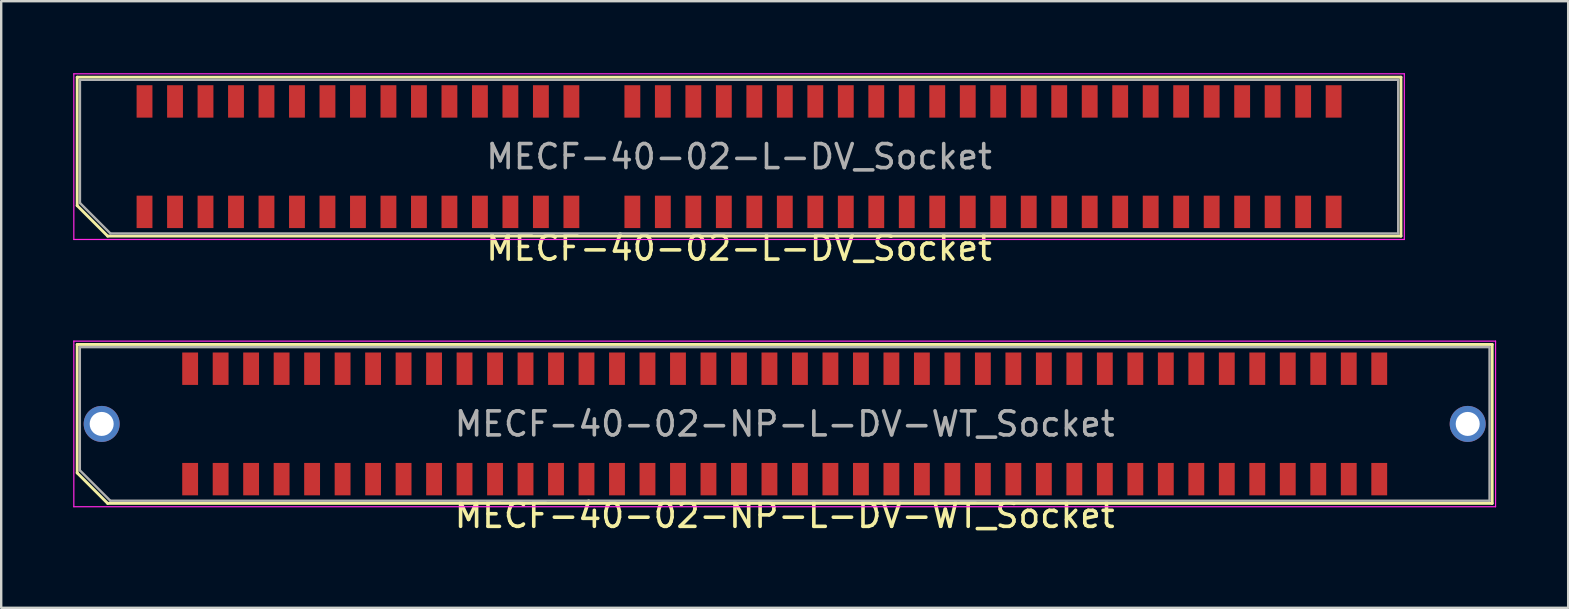
<source format=kicad_pcb>
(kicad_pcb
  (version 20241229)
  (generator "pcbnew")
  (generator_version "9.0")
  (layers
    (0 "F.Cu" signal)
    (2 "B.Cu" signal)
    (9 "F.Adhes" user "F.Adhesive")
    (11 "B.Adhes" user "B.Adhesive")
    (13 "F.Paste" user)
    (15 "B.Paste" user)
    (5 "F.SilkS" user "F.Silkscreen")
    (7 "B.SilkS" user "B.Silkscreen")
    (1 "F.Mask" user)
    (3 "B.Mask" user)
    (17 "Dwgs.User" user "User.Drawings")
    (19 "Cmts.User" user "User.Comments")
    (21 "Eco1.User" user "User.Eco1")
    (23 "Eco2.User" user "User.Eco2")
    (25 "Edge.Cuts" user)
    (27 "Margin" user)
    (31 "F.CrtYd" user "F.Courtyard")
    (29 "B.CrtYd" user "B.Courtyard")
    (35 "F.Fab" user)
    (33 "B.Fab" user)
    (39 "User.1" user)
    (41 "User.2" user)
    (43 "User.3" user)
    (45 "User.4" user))
  (footprint "MECF-40-02-NP-L-DV-WT_Socket"
    (layer "F.Cu")
    (at 29.635 14.608)
    (property "Reference" "MECF-40-02-NP-L-DV-WT_Socket" (at 0 3.81 0) (layer "F.SilkS") (effects (font (size 1 1) (thickness 0.15))))
    (attr smd)
    (fp_line (start -29.47 -3.31) (end 29.47 -3.31) (stroke (width 0.12) (type solid)) (layer "F.SilkS"))
    (fp_line (start -29.47 2.04) (end -29.47 -3.31) (stroke (width 0.12) (type solid)) (layer "F.SilkS"))
    (fp_line (start -28.2 3.31) (end -29.47 2.04) (stroke (width 0.12) (type solid)) (layer "F.SilkS"))
    (fp_line (start -28.2 3.31) (end 29.47 3.31) (stroke (width 0.12) (type solid)) (layer "F.SilkS"))
    (fp_line (start 29.47 3.31) (end 29.47 -3.31) (stroke (width 0.12) (type solid)) (layer "F.SilkS"))
    (fp_line (start -29.61 -3.45) (end -29.61 3.45) (stroke (width 0.05) (type solid)) (layer "F.CrtYd"))
    (fp_line (start -29.61 3.45) (end 29.61 3.45) (stroke (width 0.05) (type solid)) (layer "F.CrtYd"))
    (fp_line (start 29.61 -3.45) (end -29.61 -3.45) (stroke (width 0.05) (type solid)) (layer "F.CrtYd"))
    (fp_line (start 29.61 3.45) (end 29.61 -3.45) (stroke (width 0.05) (type solid)) (layer "F.CrtYd"))
    (fp_line (start -29.36 -3.2) (end 29.36 -3.2) (stroke (width 0.1) (type solid)) (layer "F.Fab"))
    (fp_line (start -29.36 1.93) (end -29.36 -3.2) (stroke (width 0.1) (type solid)) (layer "F.Fab"))
    (fp_line (start -29.36 1.93) (end -28.09 3.2) (stroke (width 0.1) (type solid)) (layer "F.Fab"))
    (fp_line (start -28.09 3.2) (end 29.36 3.2) (stroke (width 0.1) (type solid)) (layer "F.Fab"))
    (fp_line (start 29.36 3.2) (end 29.36 -3.2) (stroke (width 0.1) (type solid)) (layer "F.Fab"))
    (fp_text user "${REFERENCE}" (at 0 0 0) (layer "F.Fab") (effects (font (size 1 1) (thickness 0.15))))
    (pad "" thru_hole circle (at -28.45 0) (size 1.5 1.5) (drill 1) (layers "*.Cu" "*.Mask"))
    (pad "" np_thru_hole circle (at -26.545 0) (size 0.001 0.001) (drill 1.45) (layers "*.Cu" "*.Mask"))
    (pad "" np_thru_hole circle (at 26.545 1) (size 0.001 0.001) (drill 1.45) (layers "*.Cu" "*.Mask"))
    (pad "" thru_hole circle (at 28.45 0) (size 1.5 1.5) (drill 1) (layers "*.Cu" "*.Mask"))
    (pad "1" smd rect (at -24.765 2.3) (size 0.66 1.35) (layers "F.Cu" "F.Mask" "F.Paste"))
    (pad "2" smd rect (at -24.765 -2.3) (size 0.66 1.35) (layers "F.Cu" "F.Mask" "F.Paste"))
    (pad "3" smd rect (at -23.495 2.3) (size 0.66 1.35) (layers "F.Cu" "F.Mask" "F.Paste"))
    (pad "4" smd rect (at -23.495 -2.3) (size 0.66 1.35) (layers "F.Cu" "F.Mask" "F.Paste"))
    (pad "5" smd rect (at -22.225 2.3) (size 0.66 1.35) (layers "F.Cu" "F.Mask" "F.Paste"))
    (pad "6" smd rect (at -22.225 -2.3) (size 0.66 1.35) (layers "F.Cu" "F.Mask" "F.Paste"))
    (pad "7" smd rect (at -20.955 2.3) (size 0.66 1.35) (layers "F.Cu" "F.Mask" "F.Paste"))
    (pad "8" smd rect (at -20.955 -2.3) (size 0.66 1.35) (layers "F.Cu" "F.Mask" "F.Paste"))
    (pad "9" smd rect (at -19.685 2.3) (size 0.66 1.35) (layers "F.Cu" "F.Mask" "F.Paste"))
    (pad "10" smd rect (at -19.685 -2.3) (size 0.66 1.35) (layers "F.Cu" "F.Mask" "F.Paste"))
    (pad "11" smd rect (at -18.415 2.3) (size 0.66 1.35) (layers "F.Cu" "F.Mask" "F.Paste"))
    (pad "12" smd rect (at -18.415 -2.3) (size 0.66 1.35) (layers "F.Cu" "F.Mask" "F.Paste"))
    (pad "13" smd rect (at -17.145 2.3) (size 0.66 1.35) (layers "F.Cu" "F.Mask" "F.Paste"))
    (pad "14" smd rect (at -17.145 -2.3) (size 0.66 1.35) (layers "F.Cu" "F.Mask" "F.Paste"))
    (pad "15" smd rect (at -15.875 2.3) (size 0.66 1.35) (layers "F.Cu" "F.Mask" "F.Paste"))
    (pad "16" smd rect (at -15.875 -2.3) (size 0.66 1.35) (layers "F.Cu" "F.Mask" "F.Paste"))
    (pad "17" smd rect (at -14.605 2.3) (size 0.66 1.35) (layers "F.Cu" "F.Mask" "F.Paste"))
    (pad "18" smd rect (at -14.605 -2.3) (size 0.66 1.35) (layers "F.Cu" "F.Mask" "F.Paste"))
    (pad "19" smd rect (at -13.335 2.3) (size 0.66 1.35) (layers "F.Cu" "F.Mask" "F.Paste"))
    (pad "20" smd rect (at -13.335 -2.3) (size 0.66 1.35) (layers "F.Cu" "F.Mask" "F.Paste"))
    (pad "21" smd rect (at -12.065 2.3) (size 0.66 1.35) (layers "F.Cu" "F.Mask" "F.Paste"))
    (pad "22" smd rect (at -12.065 -2.3) (size 0.66 1.35) (layers "F.Cu" "F.Mask" "F.Paste"))
    (pad "23" smd rect (at -10.795 2.3) (size 0.66 1.35) (layers "F.Cu" "F.Mask" "F.Paste"))
    (pad "24" smd rect (at -10.795 -2.3) (size 0.66 1.35) (layers "F.Cu" "F.Mask" "F.Paste"))
    (pad "25" smd rect (at -9.525 2.3) (size 0.66 1.35) (layers "F.Cu" "F.Mask" "F.Paste"))
    (pad "26" smd rect (at -9.525 -2.3) (size 0.66 1.35) (layers "F.Cu" "F.Mask" "F.Paste"))
    (pad "27" smd rect (at -8.255 2.3) (size 0.66 1.35) (layers "F.Cu" "F.Mask" "F.Paste"))
    (pad "28" smd rect (at -8.255 -2.3) (size 0.66 1.35) (layers "F.Cu" "F.Mask" "F.Paste"))
    (pad "29" smd rect (at -6.985 2.3) (size 0.66 1.35) (layers "F.Cu" "F.Mask" "F.Paste"))
    (pad "30" smd rect (at -6.985 -2.3) (size 0.66 1.35) (layers "F.Cu" "F.Mask" "F.Paste"))
    (pad "31" smd rect (at -5.715 2.3) (size 0.66 1.35) (layers "F.Cu" "F.Mask" "F.Paste"))
    (pad "32" smd rect (at -5.715 -2.3) (size 0.66 1.35) (layers "F.Cu" "F.Mask" "F.Paste"))
    (pad "33" smd rect (at -4.445 2.3) (size 0.66 1.35) (layers "F.Cu" "F.Mask" "F.Paste"))
    (pad "34" smd rect (at -4.445 -2.3) (size 0.66 1.35) (layers "F.Cu" "F.Mask" "F.Paste"))
    (pad "35" smd rect (at -3.175 2.3) (size 0.66 1.35) (layers "F.Cu" "F.Mask" "F.Paste"))
    (pad "36" smd rect (at -3.175 -2.3) (size 0.66 1.35) (layers "F.Cu" "F.Mask" "F.Paste"))
    (pad "37" smd rect (at -1.905 2.3) (size 0.66 1.35) (layers "F.Cu" "F.Mask" "F.Paste"))
    (pad "38" smd rect (at -1.905 -2.3) (size 0.66 1.35) (layers "F.Cu" "F.Mask" "F.Paste"))
    (pad "39" smd rect (at -0.635 2.3) (size 0.66 1.35) (layers "F.Cu" "F.Mask" "F.Paste"))
    (pad "40" smd rect (at -0.635 -2.3) (size 0.66 1.35) (layers "F.Cu" "F.Mask" "F.Paste"))
    (pad "41" smd rect (at 0.635 2.3) (size 0.66 1.35) (layers "F.Cu" "F.Mask" "F.Paste"))
    (pad "42" smd rect (at 0.635 -2.3) (size 0.66 1.35) (layers "F.Cu" "F.Mask" "F.Paste"))
    (pad "43" smd rect (at 1.905 2.3) (size 0.66 1.35) (layers "F.Cu" "F.Mask" "F.Paste"))
    (pad "44" smd rect (at 1.905 -2.3) (size 0.66 1.35) (layers "F.Cu" "F.Mask" "F.Paste"))
    (pad "45" smd rect (at 3.175 2.3) (size 0.66 1.35) (layers "F.Cu" "F.Mask" "F.Paste"))
    (pad "46" smd rect (at 3.175 -2.3) (size 0.66 1.35) (layers "F.Cu" "F.Mask" "F.Paste"))
    (pad "47" smd rect (at 4.445 2.3) (size 0.66 1.35) (layers "F.Cu" "F.Mask" "F.Paste"))
    (pad "48" smd rect (at 4.445 -2.3) (size 0.66 1.35) (layers "F.Cu" "F.Mask" "F.Paste"))
    (pad "49" smd rect (at 5.715 2.3) (size 0.66 1.35) (layers "F.Cu" "F.Mask" "F.Paste"))
    (pad "50" smd rect (at 5.715 -2.3) (size 0.66 1.35) (layers "F.Cu" "F.Mask" "F.Paste"))
    (pad "51" smd rect (at 6.985 2.3) (size 0.66 1.35) (layers "F.Cu" "F.Mask" "F.Paste"))
    (pad "52" smd rect (at 6.985 -2.3) (size 0.66 1.35) (layers "F.Cu" "F.Mask" "F.Paste"))
    (pad "53" smd rect (at 8.255 2.3) (size 0.66 1.35) (layers "F.Cu" "F.Mask" "F.Paste"))
    (pad "54" smd rect (at 8.255 -2.3) (size 0.66 1.35) (layers "F.Cu" "F.Mask" "F.Paste"))
    (pad "55" smd rect (at 9.525 2.3) (size 0.66 1.35) (layers "F.Cu" "F.Mask" "F.Paste"))
    (pad "56" smd rect (at 9.525 -2.3) (size 0.66 1.35) (layers "F.Cu" "F.Mask" "F.Paste"))
    (pad "57" smd rect (at 10.795 2.3) (size 0.66 1.35) (layers "F.Cu" "F.Mask" "F.Paste"))
    (pad "58" smd rect (at 10.795 -2.3) (size 0.66 1.35) (layers "F.Cu" "F.Mask" "F.Paste"))
    (pad "59" smd rect (at 12.065 2.3) (size 0.66 1.35) (layers "F.Cu" "F.Mask" "F.Paste"))
    (pad "60" smd rect (at 12.065 -2.3) (size 0.66 1.35) (layers "F.Cu" "F.Mask" "F.Paste"))
    (pad "61" smd rect (at 13.335 2.3) (size 0.66 1.35) (layers "F.Cu" "F.Mask" "F.Paste"))
    (pad "62" smd rect (at 13.335 -2.3) (size 0.66 1.35) (layers "F.Cu" "F.Mask" "F.Paste"))
    (pad "63" smd rect (at 14.605 2.3) (size 0.66 1.35) (layers "F.Cu" "F.Mask" "F.Paste"))
    (pad "64" smd rect (at 14.605 -2.3) (size 0.66 1.35) (layers "F.Cu" "F.Mask" "F.Paste"))
    (pad "65" smd rect (at 15.875 2.3) (size 0.66 1.35) (layers "F.Cu" "F.Mask" "F.Paste"))
    (pad "66" smd rect (at 15.875 -2.3) (size 0.66 1.35) (layers "F.Cu" "F.Mask" "F.Paste"))
    (pad "67" smd rect (at 17.145 2.3) (size 0.66 1.35) (layers "F.Cu" "F.Mask" "F.Paste"))
    (pad "68" smd rect (at 17.145 -2.3) (size 0.66 1.35) (layers "F.Cu" "F.Mask" "F.Paste"))
    (pad "69" smd rect (at 18.415 2.3) (size 0.66 1.35) (layers "F.Cu" "F.Mask" "F.Paste"))
    (pad "70" smd rect (at 18.415 -2.3) (size 0.66 1.35) (layers "F.Cu" "F.Mask" "F.Paste"))
    (pad "71" smd rect (at 19.685 2.3) (size 0.66 1.35) (layers "F.Cu" "F.Mask" "F.Paste"))
    (pad "72" smd rect (at 19.685 -2.3) (size 0.66 1.35) (layers "F.Cu" "F.Mask" "F.Paste"))
    (pad "73" smd rect (at 20.955 2.3) (size 0.66 1.35) (layers "F.Cu" "F.Mask" "F.Paste"))
    (pad "74" smd rect (at 20.955 -2.3) (size 0.66 1.35) (layers "F.Cu" "F.Mask" "F.Paste"))
    (pad "75" smd rect (at 22.225 2.3) (size 0.66 1.35) (layers "F.Cu" "F.Mask" "F.Paste"))
    (pad "76" smd rect (at 22.225 -2.3) (size 0.66 1.35) (layers "F.Cu" "F.Mask" "F.Paste"))
    (pad "77" smd rect (at 23.495 2.3) (size 0.66 1.35) (layers "F.Cu" "F.Mask" "F.Paste"))
    (pad "78" smd rect (at 23.495 -2.3) (size 0.66 1.35) (layers "F.Cu" "F.Mask" "F.Paste"))
    (pad "79" smd rect (at 24.765 2.3) (size 0.66 1.35) (layers "F.Cu" "F.Mask" "F.Paste"))
    (pad "80" smd rect (at 24.765 -2.3) (size 0.66 1.35) (layers "F.Cu" "F.Mask" "F.Paste")))
  (footprint "MECF-40-02-L-DV_Socket"
    (layer "F.Cu")
    (at 27.735 3.475)
    (property "Reference" "MECF-40-02-L-DV_Socket" (at 0 3.81 0) (layer "F.SilkS") (effects (font (size 1 1) (thickness 0.15))))
    (attr smd)
    (fp_line (start -27.57 -3.31) (end 27.57 -3.31) (stroke (width 0.12) (type solid)) (layer "F.SilkS"))
    (fp_line (start -27.57 2.04) (end -27.57 -3.31) (stroke (width 0.12) (type solid)) (layer "F.SilkS"))
    (fp_line (start -26.3 3.31) (end -27.57 2.04) (stroke (width 0.12) (type solid)) (layer "F.SilkS"))
    (fp_line (start -26.3 3.31) (end 27.57 3.31) (stroke (width 0.12) (type solid)) (layer "F.SilkS"))
    (fp_line (start 27.57 3.31) (end 27.57 -3.31) (stroke (width 0.12) (type solid)) (layer "F.SilkS"))
    (fp_line (start -27.71 -3.45) (end -27.71 3.45) (stroke (width 0.05) (type solid)) (layer "F.CrtYd"))
    (fp_line (start -27.71 3.45) (end 27.71 3.45) (stroke (width 0.05) (type solid)) (layer "F.CrtYd"))
    (fp_line (start 27.71 -3.45) (end -27.71 -3.45) (stroke (width 0.05) (type solid)) (layer "F.CrtYd"))
    (fp_line (start 27.71 3.45) (end 27.71 -3.45) (stroke (width 0.05) (type solid)) (layer "F.CrtYd"))
    (fp_line (start -27.455 -3.2) (end 27.455 -3.2) (stroke (width 0.1) (type solid)) (layer "F.Fab"))
    (fp_line (start -27.455 1.93) (end -27.455 -3.2) (stroke (width 0.1) (type solid)) (layer "F.Fab"))
    (fp_line (start -27.455 1.93) (end -26.185 3.2) (stroke (width 0.1) (type solid)) (layer "F.Fab"))
    (fp_line (start -26.185 3.2) (end 27.455 3.2) (stroke (width 0.1) (type solid)) (layer "F.Fab"))
    (fp_line (start 27.455 3.2) (end 27.455 -3.2) (stroke (width 0.1) (type solid)) (layer "F.Fab"))
    (fp_text user "${REFERENCE}" (at 0 0 0) (layer "F.Fab") (effects (font (size 1 1) (thickness 0.15))))
    (pad "" np_thru_hole circle (at -26.545 0) (size 0.001 0.001) (drill 1.45) (layers "*.Cu" "*.Mask"))
    (pad "" np_thru_hole circle (at 26.545 1) (size 0.001 0.001) (drill 1.45) (layers "*.Cu" "*.Mask"))
    (pad "1" smd rect (at -24.765 2.3) (size 0.66 1.35) (layers "F.Cu" "F.Mask" "F.Paste"))
    (pad "2" smd rect (at -24.765 -2.3) (size 0.66 1.35) (layers "F.Cu" "F.Mask" "F.Paste"))
    (pad "3" smd rect (at -23.495 2.3) (size 0.66 1.35) (layers "F.Cu" "F.Mask" "F.Paste"))
    (pad "4" smd rect (at -23.495 -2.3) (size 0.66 1.35) (layers "F.Cu" "F.Mask" "F.Paste"))
    (pad "5" smd rect (at -22.225 2.3) (size 0.66 1.35) (layers "F.Cu" "F.Mask" "F.Paste"))
    (pad "6" smd rect (at -22.225 -2.3) (size 0.66 1.35) (layers "F.Cu" "F.Mask" "F.Paste"))
    (pad "7" smd rect (at -20.955 2.3) (size 0.66 1.35) (layers "F.Cu" "F.Mask" "F.Paste"))
    (pad "8" smd rect (at -20.955 -2.3) (size 0.66 1.35) (layers "F.Cu" "F.Mask" "F.Paste"))
    (pad "9" smd rect (at -19.685 2.3) (size 0.66 1.35) (layers "F.Cu" "F.Mask" "F.Paste"))
    (pad "10" smd rect (at -19.685 -2.3) (size 0.66 1.35) (layers "F.Cu" "F.Mask" "F.Paste"))
    (pad "11" smd rect (at -18.415 2.3) (size 0.66 1.35) (layers "F.Cu" "F.Mask" "F.Paste"))
    (pad "12" smd rect (at -18.415 -2.3) (size 0.66 1.35) (layers "F.Cu" "F.Mask" "F.Paste"))
    (pad "13" smd rect (at -17.145 2.3) (size 0.66 1.35) (layers "F.Cu" "F.Mask" "F.Paste"))
    (pad "14" smd rect (at -17.145 -2.3) (size 0.66 1.35) (layers "F.Cu" "F.Mask" "F.Paste"))
    (pad "15" smd rect (at -15.875 2.3) (size 0.66 1.35) (layers "F.Cu" "F.Mask" "F.Paste"))
    (pad "16" smd rect (at -15.875 -2.3) (size 0.66 1.35) (layers "F.Cu" "F.Mask" "F.Paste"))
    (pad "17" smd rect (at -14.605 2.3) (size 0.66 1.35) (layers "F.Cu" "F.Mask" "F.Paste"))
    (pad "18" smd rect (at -14.605 -2.3) (size 0.66 1.35) (layers "F.Cu" "F.Mask" "F.Paste"))
    (pad "19" smd rect (at -13.335 2.3) (size 0.66 1.35) (layers "F.Cu" "F.Mask" "F.Paste"))
    (pad "20" smd rect (at -13.335 -2.3) (size 0.66 1.35) (layers "F.Cu" "F.Mask" "F.Paste"))
    (pad "21" smd rect (at -12.065 2.3) (size 0.66 1.35) (layers "F.Cu" "F.Mask" "F.Paste"))
    (pad "22" smd rect (at -12.065 -2.3) (size 0.66 1.35) (layers "F.Cu" "F.Mask" "F.Paste"))
    (pad "23" smd rect (at -10.795 2.3) (size 0.66 1.35) (layers "F.Cu" "F.Mask" "F.Paste"))
    (pad "24" smd rect (at -10.795 -2.3) (size 0.66 1.35) (layers "F.Cu" "F.Mask" "F.Paste"))
    (pad "25" smd rect (at -9.525 2.3) (size 0.66 1.35) (layers "F.Cu" "F.Mask" "F.Paste"))
    (pad "26" smd rect (at -9.525 -2.3) (size 0.66 1.35) (layers "F.Cu" "F.Mask" "F.Paste"))
    (pad "27" smd rect (at -8.255 2.3) (size 0.66 1.35) (layers "F.Cu" "F.Mask" "F.Paste"))
    (pad "28" smd rect (at -8.255 -2.3) (size 0.66 1.35) (layers "F.Cu" "F.Mask" "F.Paste"))
    (pad "29" smd rect (at -6.985 2.3) (size 0.66 1.35) (layers "F.Cu" "F.Mask" "F.Paste"))
    (pad "30" smd rect (at -6.985 -2.3) (size 0.66 1.35) (layers "F.Cu" "F.Mask" "F.Paste"))
    (pad "33" smd rect (at -4.445 2.3) (size 0.66 1.35) (layers "F.Cu" "F.Mask" "F.Paste"))
    (pad "34" smd rect (at -4.445 -2.3) (size 0.66 1.35) (layers "F.Cu" "F.Mask" "F.Paste"))
    (pad "35" smd rect (at -3.175 2.3) (size 0.66 1.35) (layers "F.Cu" "F.Mask" "F.Paste"))
    (pad "36" smd rect (at -3.175 -2.3) (size 0.66 1.35) (layers "F.Cu" "F.Mask" "F.Paste"))
    (pad "37" smd rect (at -1.905 2.3) (size 0.66 1.35) (layers "F.Cu" "F.Mask" "F.Paste"))
    (pad "38" smd rect (at -1.905 -2.3) (size 0.66 1.35) (layers "F.Cu" "F.Mask" "F.Paste"))
    (pad "39" smd rect (at -0.635 2.3) (size 0.66 1.35) (layers "F.Cu" "F.Mask" "F.Paste"))
    (pad "40" smd rect (at -0.635 -2.3) (size 0.66 1.35) (layers "F.Cu" "F.Mask" "F.Paste"))
    (pad "41" smd rect (at 0.635 2.3) (size 0.66 1.35) (layers "F.Cu" "F.Mask" "F.Paste"))
    (pad "42" smd rect (at 0.635 -2.3) (size 0.66 1.35) (layers "F.Cu" "F.Mask" "F.Paste"))
    (pad "43" smd rect (at 1.905 2.3) (size 0.66 1.35) (layers "F.Cu" "F.Mask" "F.Paste"))
    (pad "44" smd rect (at 1.905 -2.3) (size 0.66 1.35) (layers "F.Cu" "F.Mask" "F.Paste"))
    (pad "45" smd rect (at 3.175 2.3) (size 0.66 1.35) (layers "F.Cu" "F.Mask" "F.Paste"))
    (pad "46" smd rect (at 3.175 -2.3) (size 0.66 1.35) (layers "F.Cu" "F.Mask" "F.Paste"))
    (pad "47" smd rect (at 4.445 2.3) (size 0.66 1.35) (layers "F.Cu" "F.Mask" "F.Paste"))
    (pad "48" smd rect (at 4.445 -2.3) (size 0.66 1.35) (layers "F.Cu" "F.Mask" "F.Paste"))
    (pad "49" smd rect (at 5.715 2.3) (size 0.66 1.35) (layers "F.Cu" "F.Mask" "F.Paste"))
    (pad "50" smd rect (at 5.715 -2.3) (size 0.66 1.35) (layers "F.Cu" "F.Mask" "F.Paste"))
    (pad "51" smd rect (at 6.985 2.3) (size 0.66 1.35) (layers "F.Cu" "F.Mask" "F.Paste"))
    (pad "52" smd rect (at 6.985 -2.3) (size 0.66 1.35) (layers "F.Cu" "F.Mask" "F.Paste"))
    (pad "53" smd rect (at 8.255 2.3) (size 0.66 1.35) (layers "F.Cu" "F.Mask" "F.Paste"))
    (pad "54" smd rect (at 8.255 -2.3) (size 0.66 1.35) (layers "F.Cu" "F.Mask" "F.Paste"))
    (pad "55" smd rect (at 9.525 2.3) (size 0.66 1.35) (layers "F.Cu" "F.Mask" "F.Paste"))
    (pad "56" smd rect (at 9.525 -2.3) (size 0.66 1.35) (layers "F.Cu" "F.Mask" "F.Paste"))
    (pad "57" smd rect (at 10.795 2.3) (size 0.66 1.35) (layers "F.Cu" "F.Mask" "F.Paste"))
    (pad "58" smd rect (at 10.795 -2.3) (size 0.66 1.35) (layers "F.Cu" "F.Mask" "F.Paste"))
    (pad "59" smd rect (at 12.065 2.3) (size 0.66 1.35) (layers "F.Cu" "F.Mask" "F.Paste"))
    (pad "60" smd rect (at 12.065 -2.3) (size 0.66 1.35) (layers "F.Cu" "F.Mask" "F.Paste"))
    (pad "61" smd rect (at 13.335 2.3) (size 0.66 1.35) (layers "F.Cu" "F.Mask" "F.Paste"))
    (pad "62" smd rect (at 13.335 -2.3) (size 0.66 1.35) (layers "F.Cu" "F.Mask" "F.Paste"))
    (pad "63" smd rect (at 14.605 2.3) (size 0.66 1.35) (layers "F.Cu" "F.Mask" "F.Paste"))
    (pad "64" smd rect (at 14.605 -2.3) (size 0.66 1.35) (layers "F.Cu" "F.Mask" "F.Paste"))
    (pad "65" smd rect (at 15.875 2.3) (size 0.66 1.35) (layers "F.Cu" "F.Mask" "F.Paste"))
    (pad "66" smd rect (at 15.875 -2.3) (size 0.66 1.35) (layers "F.Cu" "F.Mask" "F.Paste"))
    (pad "67" smd rect (at 17.145 2.3) (size 0.66 1.35) (layers "F.Cu" "F.Mask" "F.Paste"))
    (pad "68" smd rect (at 17.145 -2.3) (size 0.66 1.35) (layers "F.Cu" "F.Mask" "F.Paste"))
    (pad "69" smd rect (at 18.415 2.3) (size 0.66 1.35) (layers "F.Cu" "F.Mask" "F.Paste"))
    (pad "70" smd rect (at 18.415 -2.3) (size 0.66 1.35) (layers "F.Cu" "F.Mask" "F.Paste"))
    (pad "71" smd rect (at 19.685 2.3) (size 0.66 1.35) (layers "F.Cu" "F.Mask" "F.Paste"))
    (pad "72" smd rect (at 19.685 -2.3) (size 0.66 1.35) (layers "F.Cu" "F.Mask" "F.Paste"))
    (pad "73" smd rect (at 20.955 2.3) (size 0.66 1.35) (layers "F.Cu" "F.Mask" "F.Paste"))
    (pad "74" smd rect (at 20.955 -2.3) (size 0.66 1.35) (layers "F.Cu" "F.Mask" "F.Paste"))
    (pad "75" smd rect (at 22.225 2.3) (size 0.66 1.35) (layers "F.Cu" "F.Mask" "F.Paste"))
    (pad "76" smd rect (at 22.225 -2.3) (size 0.66 1.35) (layers "F.Cu" "F.Mask" "F.Paste"))
    (pad "77" smd rect (at 23.495 2.3) (size 0.66 1.35) (layers "F.Cu" "F.Mask" "F.Paste"))
    (pad "78" smd rect (at 23.495 -2.3) (size 0.66 1.35) (layers "F.Cu" "F.Mask" "F.Paste"))
    (pad "79" smd rect (at 24.765 2.3) (size 0.66 1.35) (layers "F.Cu" "F.Mask" "F.Paste"))
    (pad "80" smd rect (at 24.765 -2.3) (size 0.66 1.35) (layers "F.Cu" "F.Mask" "F.Paste")))
  (gr_rect
    (start -3 -3)
    (end 62.27 22.267)
    (stroke (width 0.1) (type default))
    (fill no)
    (layer "Edge.Cuts")))
</source>
